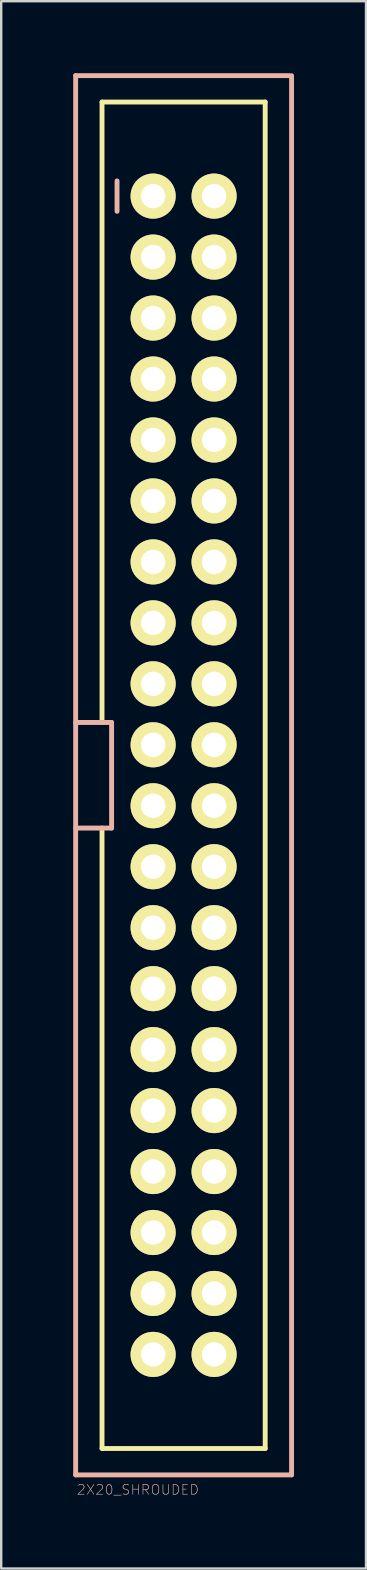
<source format=kicad_pcb>
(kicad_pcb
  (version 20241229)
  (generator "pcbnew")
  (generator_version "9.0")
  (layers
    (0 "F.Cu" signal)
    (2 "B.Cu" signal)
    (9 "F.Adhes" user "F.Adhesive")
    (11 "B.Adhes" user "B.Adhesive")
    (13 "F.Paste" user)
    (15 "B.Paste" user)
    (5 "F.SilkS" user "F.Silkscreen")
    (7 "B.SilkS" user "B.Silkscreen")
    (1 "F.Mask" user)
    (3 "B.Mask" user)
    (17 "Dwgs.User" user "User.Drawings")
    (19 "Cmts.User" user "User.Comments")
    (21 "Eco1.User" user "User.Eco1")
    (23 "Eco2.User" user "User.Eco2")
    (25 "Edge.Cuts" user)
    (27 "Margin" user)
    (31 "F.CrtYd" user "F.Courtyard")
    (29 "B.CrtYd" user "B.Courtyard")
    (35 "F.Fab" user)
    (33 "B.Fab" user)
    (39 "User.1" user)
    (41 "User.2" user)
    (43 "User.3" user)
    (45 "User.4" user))
  (footprint "2X20_SHROUDED"
    (layer "F.Cu")
    (at 4.6 29.251)
    (property "Reference" "2X20_SHROUDED" (at -1.905 29.769 0) (layer "B.SilkS") (effects (font (size 0.406 0.406) (thickness 0.025))))
    (attr exclude_from_pos_files exclude_from_bom)
    (fp_line (start -3.399 -28.049) (end -3.399 -2.2) (stroke (width 0.203) (type solid)) (layer "F.SilkS"))
    (fp_line (start -3.399 -28.049) (end 3.399 -28.049) (stroke (width 0.203) (type solid)) (layer "F.SilkS"))
    (fp_line (start -3.399 28.049) (end -3.399 2.2) (stroke (width 0.203) (type solid)) (layer "F.SilkS"))
    (fp_line (start -3.399 28.049) (end 3.399 28.049) (stroke (width 0.203) (type solid)) (layer "F.SilkS"))
    (fp_line (start -1.524 -24.384) (end -1.016 -24.384) (stroke (width 0.066) (type solid)) (layer "F.SilkS"))
    (fp_line (start -1.524 -23.876) (end -1.524 -24.384) (stroke (width 0.066) (type solid)) (layer "F.SilkS"))
    (fp_line (start -1.524 -23.876) (end -1.016 -23.876) (stroke (width 0.066) (type solid)) (layer "F.SilkS"))
    (fp_line (start -1.524 -21.844) (end -1.016 -21.844) (stroke (width 0.066) (type solid)) (layer "F.SilkS"))
    (fp_line (start -1.524 -21.336) (end -1.524 -21.844) (stroke (width 0.066) (type solid)) (layer "F.SilkS"))
    (fp_line (start -1.524 -21.336) (end -1.016 -21.336) (stroke (width 0.066) (type solid)) (layer "F.SilkS"))
    (fp_line (start -1.524 -19.304) (end -1.016 -19.304) (stroke (width 0.066) (type solid)) (layer "F.SilkS"))
    (fp_line (start -1.524 -18.796) (end -1.524 -19.304) (stroke (width 0.066) (type solid)) (layer "F.SilkS"))
    (fp_line (start -1.524 -18.796) (end -1.016 -18.796) (stroke (width 0.066) (type solid)) (layer "F.SilkS"))
    (fp_line (start -1.524 -16.764) (end -1.016 -16.764) (stroke (width 0.066) (type solid)) (layer "F.SilkS"))
    (fp_line (start -1.524 -16.764) (end -1.016 -16.764) (stroke (width 0.066) (type solid)) (layer "F.SilkS"))
    (fp_line (start -1.524 -16.256) (end -1.524 -16.764) (stroke (width 0.066) (type solid)) (layer "F.SilkS"))
    (fp_line (start -1.524 -16.256) (end -1.524 -16.764) (stroke (width 0.066) (type solid)) (layer "F.SilkS"))
    (fp_line (start -1.524 -16.256) (end -1.016 -16.256) (stroke (width 0.066) (type solid)) (layer "F.SilkS"))
    (fp_line (start -1.524 -16.256) (end -1.016 -16.256) (stroke (width 0.066) (type solid)) (layer "F.SilkS"))
    (fp_line (start -1.524 -14.224) (end -1.016 -14.224) (stroke (width 0.066) (type solid)) (layer "F.SilkS"))
    (fp_line (start -1.524 -13.716) (end -1.524 -14.224) (stroke (width 0.066) (type solid)) (layer "F.SilkS"))
    (fp_line (start -1.524 -13.716) (end -1.016 -13.716) (stroke (width 0.066) (type solid)) (layer "F.SilkS"))
    (fp_line (start -1.524 -11.684) (end -1.016 -11.684) (stroke (width 0.066) (type solid)) (layer "F.SilkS"))
    (fp_line (start -1.524 -11.176) (end -1.524 -11.684) (stroke (width 0.066) (type solid)) (layer "F.SilkS"))
    (fp_line (start -1.524 -11.176) (end -1.016 -11.176) (stroke (width 0.066) (type solid)) (layer "F.SilkS"))
    (fp_line (start -1.524 -9.144) (end -1.016 -9.144) (stroke (width 0.066) (type solid)) (layer "F.SilkS"))
    (fp_line (start -1.524 -8.636) (end -1.524 -9.144) (stroke (width 0.066) (type solid)) (layer "F.SilkS"))
    (fp_line (start -1.524 -8.636) (end -1.016 -8.636) (stroke (width 0.066) (type solid)) (layer "F.SilkS"))
    (fp_line (start -1.524 -6.604) (end -1.016 -6.604) (stroke (width 0.066) (type solid)) (layer "F.SilkS"))
    (fp_line (start -1.524 -6.096) (end -1.524 -6.604) (stroke (width 0.066) (type solid)) (layer "F.SilkS"))
    (fp_line (start -1.524 -6.096) (end -1.016 -6.096) (stroke (width 0.066) (type solid)) (layer "F.SilkS"))
    (fp_line (start -1.524 -4.064) (end -1.016 -4.064) (stroke (width 0.066) (type solid)) (layer "F.SilkS"))
    (fp_line (start -1.524 -4.064) (end -1.016 -4.064) (stroke (width 0.066) (type solid)) (layer "F.SilkS"))
    (fp_line (start -1.524 -3.556) (end -1.524 -4.064) (stroke (width 0.066) (type solid)) (layer "F.SilkS"))
    (fp_line (start -1.524 -3.556) (end -1.524 -4.064) (stroke (width 0.066) (type solid)) (layer "F.SilkS"))
    (fp_line (start -1.524 -3.556) (end -1.016 -3.556) (stroke (width 0.066) (type solid)) (layer "F.SilkS"))
    (fp_line (start -1.524 -3.556) (end -1.016 -3.556) (stroke (width 0.066) (type solid)) (layer "F.SilkS"))
    (fp_line (start -1.524 -1.524) (end -1.016 -1.524) (stroke (width 0.066) (type solid)) (layer "F.SilkS"))
    (fp_line (start -1.524 -1.016) (end -1.524 -1.524) (stroke (width 0.066) (type solid)) (layer "F.SilkS"))
    (fp_line (start -1.524 -1.016) (end -1.016 -1.016) (stroke (width 0.066) (type solid)) (layer "F.SilkS"))
    (fp_line (start -1.524 1.016) (end -1.016 1.016) (stroke (width 0.066) (type solid)) (layer "F.SilkS"))
    (fp_line (start -1.524 1.524) (end -1.524 1.016) (stroke (width 0.066) (type solid)) (layer "F.SilkS"))
    (fp_line (start -1.524 1.524) (end -1.016 1.524) (stroke (width 0.066) (type solid)) (layer "F.SilkS"))
    (fp_line (start -1.524 3.556) (end -1.016 3.556) (stroke (width 0.066) (type solid)) (layer "F.SilkS"))
    (fp_line (start -1.524 3.556) (end -1.016 3.556) (stroke (width 0.066) (type solid)) (layer "F.SilkS"))
    (fp_line (start -1.524 4.064) (end -1.524 3.556) (stroke (width 0.066) (type solid)) (layer "F.SilkS"))
    (fp_line (start -1.524 4.064) (end -1.524 3.556) (stroke (width 0.066) (type solid)) (layer "F.SilkS"))
    (fp_line (start -1.524 4.064) (end -1.016 4.064) (stroke (width 0.066) (type solid)) (layer "F.SilkS"))
    (fp_line (start -1.524 4.064) (end -1.016 4.064) (stroke (width 0.066) (type solid)) (layer "F.SilkS"))
    (fp_line (start -1.524 6.096) (end -1.016 6.096) (stroke (width 0.066) (type solid)) (layer "F.SilkS"))
    (fp_line (start -1.524 6.604) (end -1.524 6.096) (stroke (width 0.066) (type solid)) (layer "F.SilkS"))
    (fp_line (start -1.524 6.604) (end -1.016 6.604) (stroke (width 0.066) (type solid)) (layer "F.SilkS"))
    (fp_line (start -1.524 8.636) (end -1.016 8.636) (stroke (width 0.066) (type solid)) (layer "F.SilkS"))
    (fp_line (start -1.524 9.144) (end -1.524 8.636) (stroke (width 0.066) (type solid)) (layer "F.SilkS"))
    (fp_line (start -1.524 9.144) (end -1.016 9.144) (stroke (width 0.066) (type solid)) (layer "F.SilkS"))
    (fp_line (start -1.524 11.176) (end -1.016 11.176) (stroke (width 0.066) (type solid)) (layer "F.SilkS"))
    (fp_line (start -1.524 11.684) (end -1.524 11.176) (stroke (width 0.066) (type solid)) (layer "F.SilkS"))
    (fp_line (start -1.524 11.684) (end -1.016 11.684) (stroke (width 0.066) (type solid)) (layer "F.SilkS"))
    (fp_line (start -1.524 13.716) (end -1.016 13.716) (stroke (width 0.066) (type solid)) (layer "F.SilkS"))
    (fp_line (start -1.524 14.224) (end -1.524 13.716) (stroke (width 0.066) (type solid)) (layer "F.SilkS"))
    (fp_line (start -1.524 14.224) (end -1.016 14.224) (stroke (width 0.066) (type solid)) (layer "F.SilkS"))
    (fp_line (start -1.524 16.256) (end -1.016 16.256) (stroke (width 0.066) (type solid)) (layer "F.SilkS"))
    (fp_line (start -1.524 16.764) (end -1.524 16.256) (stroke (width 0.066) (type solid)) (layer "F.SilkS"))
    (fp_line (start -1.524 16.764) (end -1.016 16.764) (stroke (width 0.066) (type solid)) (layer "F.SilkS"))
    (fp_line (start -1.524 18.796) (end -1.016 18.796) (stroke (width 0.066) (type solid)) (layer "F.SilkS"))
    (fp_line (start -1.524 19.304) (end -1.524 18.796) (stroke (width 0.066) (type solid)) (layer "F.SilkS"))
    (fp_line (start -1.524 19.304) (end -1.016 19.304) (stroke (width 0.066) (type solid)) (layer "F.SilkS"))
    (fp_line (start -1.524 21.336) (end -1.016 21.336) (stroke (width 0.066) (type solid)) (layer "F.SilkS"))
    (fp_line (start -1.524 21.844) (end -1.524 21.336) (stroke (width 0.066) (type solid)) (layer "F.SilkS"))
    (fp_line (start -1.524 21.844) (end -1.016 21.844) (stroke (width 0.066) (type solid)) (layer "F.SilkS"))
    (fp_line (start -1.524 23.876) (end -1.016 23.876) (stroke (width 0.066) (type solid)) (layer "F.SilkS"))
    (fp_line (start -1.524 24.384) (end -1.524 23.876) (stroke (width 0.066) (type solid)) (layer "F.SilkS"))
    (fp_line (start -1.524 24.384) (end -1.016 24.384) (stroke (width 0.066) (type solid)) (layer "F.SilkS"))
    (fp_line (start -1.016 -23.876) (end -1.016 -24.384) (stroke (width 0.066) (type solid)) (layer "F.SilkS"))
    (fp_line (start -1.016 -21.336) (end -1.016 -21.844) (stroke (width 0.066) (type solid)) (layer "F.SilkS"))
    (fp_line (start -1.016 -18.796) (end -1.016 -19.304) (stroke (width 0.066) (type solid)) (layer "F.SilkS"))
    (fp_line (start -1.016 -16.256) (end -1.016 -16.764) (stroke (width 0.066) (type solid)) (layer "F.SilkS"))
    (fp_line (start -1.016 -16.256) (end -1.016 -16.764) (stroke (width 0.066) (type solid)) (layer "F.SilkS"))
    (fp_line (start -1.016 -13.716) (end -1.016 -14.224) (stroke (width 0.066) (type solid)) (layer "F.SilkS"))
    (fp_line (start -1.016 -11.176) (end -1.016 -11.684) (stroke (width 0.066) (type solid)) (layer "F.SilkS"))
    (fp_line (start -1.016 -8.636) (end -1.016 -9.144) (stroke (width 0.066) (type solid)) (layer "F.SilkS"))
    (fp_line (start -1.016 -6.096) (end -1.016 -6.604) (stroke (width 0.066) (type solid)) (layer "F.SilkS"))
    (fp_line (start -1.016 -3.556) (end -1.016 -4.064) (stroke (width 0.066) (type solid)) (layer "F.SilkS"))
    (fp_line (start -1.016 -3.556) (end -1.016 -4.064) (stroke (width 0.066) (type solid)) (layer "F.SilkS"))
    (fp_line (start -1.016 -1.016) (end -1.016 -1.524) (stroke (width 0.066) (type solid)) (layer "F.SilkS"))
    (fp_line (start -1.016 1.524) (end -1.016 1.016) (stroke (width 0.066) (type solid)) (layer "F.SilkS"))
    (fp_line (start -1.016 4.064) (end -1.016 3.556) (stroke (width 0.066) (type solid)) (layer "F.SilkS"))
    (fp_line (start -1.016 4.064) (end -1.016 3.556) (stroke (width 0.066) (type solid)) (layer "F.SilkS"))
    (fp_line (start -1.016 6.604) (end -1.016 6.096) (stroke (width 0.066) (type solid)) (layer "F.SilkS"))
    (fp_line (start -1.016 9.144) (end -1.016 8.636) (stroke (width 0.066) (type solid)) (layer "F.SilkS"))
    (fp_line (start -1.016 11.684) (end -1.016 11.176) (stroke (width 0.066) (type solid)) (layer "F.SilkS"))
    (fp_line (start -1.016 14.224) (end -1.016 13.716) (stroke (width 0.066) (type solid)) (layer "F.SilkS"))
    (fp_line (start -1.016 16.764) (end -1.016 16.256) (stroke (width 0.066) (type solid)) (layer "F.SilkS"))
    (fp_line (start -1.016 19.304) (end -1.016 18.796) (stroke (width 0.066) (type solid)) (layer "F.SilkS"))
    (fp_line (start -1.016 21.844) (end -1.016 21.336) (stroke (width 0.066) (type solid)) (layer "F.SilkS"))
    (fp_line (start -1.016 24.384) (end -1.016 23.876) (stroke (width 0.066) (type solid)) (layer "F.SilkS"))
    (fp_line (start 1.016 -24.384) (end 1.524 -24.384) (stroke (width 0.066) (type solid)) (layer "F.SilkS"))
    (fp_line (start 1.016 -23.876) (end 1.016 -24.384) (stroke (width 0.066) (type solid)) (layer "F.SilkS"))
    (fp_line (start 1.016 -23.876) (end 1.524 -23.876) (stroke (width 0.066) (type solid)) (layer "F.SilkS"))
    (fp_line (start 1.016 -21.844) (end 1.524 -21.844) (stroke (width 0.066) (type solid)) (layer "F.SilkS"))
    (fp_line (start 1.016 -21.336) (end 1.016 -21.844) (stroke (width 0.066) (type solid)) (layer "F.SilkS"))
    (fp_line (start 1.016 -21.336) (end 1.524 -21.336) (stroke (width 0.066) (type solid)) (layer "F.SilkS"))
    (fp_line (start 1.016 -19.304) (end 1.524 -19.304) (stroke (width 0.066) (type solid)) (layer "F.SilkS"))
    (fp_line (start 1.016 -18.796) (end 1.016 -19.304) (stroke (width 0.066) (type solid)) (layer "F.SilkS"))
    (fp_line (start 1.016 -18.796) (end 1.524 -18.796) (stroke (width 0.066) (type solid)) (layer "F.SilkS"))
    (fp_line (start 1.016 -16.764) (end 1.524 -16.764) (stroke (width 0.066) (type solid)) (layer "F.SilkS"))
    (fp_line (start 1.016 -16.764) (end 1.524 -16.764) (stroke (width 0.066) (type solid)) (layer "F.SilkS"))
    (fp_line (start 1.016 -16.256) (end 1.016 -16.764) (stroke (width 0.066) (type solid)) (layer "F.SilkS"))
    (fp_line (start 1.016 -16.256) (end 1.016 -16.764) (stroke (width 0.066) (type solid)) (layer "F.SilkS"))
    (fp_line (start 1.016 -16.256) (end 1.524 -16.256) (stroke (width 0.066) (type solid)) (layer "F.SilkS"))
    (fp_line (start 1.016 -16.256) (end 1.524 -16.256) (stroke (width 0.066) (type solid)) (layer "F.SilkS"))
    (fp_line (start 1.016 -14.224) (end 1.524 -14.224) (stroke (width 0.066) (type solid)) (layer "F.SilkS"))
    (fp_line (start 1.016 -13.716) (end 1.016 -14.224) (stroke (width 0.066) (type solid)) (layer "F.SilkS"))
    (fp_line (start 1.016 -13.716) (end 1.524 -13.716) (stroke (width 0.066) (type solid)) (layer "F.SilkS"))
    (fp_line (start 1.016 -11.684) (end 1.524 -11.684) (stroke (width 0.066) (type solid)) (layer "F.SilkS"))
    (fp_line (start 1.016 -11.176) (end 1.016 -11.684) (stroke (width 0.066) (type solid)) (layer "F.SilkS"))
    (fp_line (start 1.016 -11.176) (end 1.524 -11.176) (stroke (width 0.066) (type solid)) (layer "F.SilkS"))
    (fp_line (start 1.016 -9.144) (end 1.524 -9.144) (stroke (width 0.066) (type solid)) (layer "F.SilkS"))
    (fp_line (start 1.016 -8.636) (end 1.016 -9.144) (stroke (width 0.066) (type solid)) (layer "F.SilkS"))
    (fp_line (start 1.016 -8.636) (end 1.524 -8.636) (stroke (width 0.066) (type solid)) (layer "F.SilkS"))
    (fp_line (start 1.016 -6.604) (end 1.524 -6.604) (stroke (width 0.066) (type solid)) (layer "F.SilkS"))
    (fp_line (start 1.016 -6.096) (end 1.016 -6.604) (stroke (width 0.066) (type solid)) (layer "F.SilkS"))
    (fp_line (start 1.016 -6.096) (end 1.524 -6.096) (stroke (width 0.066) (type solid)) (layer "F.SilkS"))
    (fp_line (start 1.016 -4.064) (end 1.524 -4.064) (stroke (width 0.066) (type solid)) (layer "F.SilkS"))
    (fp_line (start 1.016 -4.064) (end 1.524 -4.064) (stroke (width 0.066) (type solid)) (layer "F.SilkS"))
    (fp_line (start 1.016 -3.556) (end 1.016 -4.064) (stroke (width 0.066) (type solid)) (layer "F.SilkS"))
    (fp_line (start 1.016 -3.556) (end 1.016 -4.064) (stroke (width 0.066) (type solid)) (layer "F.SilkS"))
    (fp_line (start 1.016 -3.556) (end 1.524 -3.556) (stroke (width 0.066) (type solid)) (layer "F.SilkS"))
    (fp_line (start 1.016 -3.556) (end 1.524 -3.556) (stroke (width 0.066) (type solid)) (layer "F.SilkS"))
    (fp_line (start 1.016 -1.524) (end 1.524 -1.524) (stroke (width 0.066) (type solid)) (layer "F.SilkS"))
    (fp_line (start 1.016 -1.016) (end 1.016 -1.524) (stroke (width 0.066) (type solid)) (layer "F.SilkS"))
    (fp_line (start 1.016 -1.016) (end 1.524 -1.016) (stroke (width 0.066) (type solid)) (layer "F.SilkS"))
    (fp_line (start 1.016 1.016) (end 1.524 1.016) (stroke (width 0.066) (type solid)) (layer "F.SilkS"))
    (fp_line (start 1.016 1.524) (end 1.016 1.016) (stroke (width 0.066) (type solid)) (layer "F.SilkS"))
    (fp_line (start 1.016 1.524) (end 1.524 1.524) (stroke (width 0.066) (type solid)) (layer "F.SilkS"))
    (fp_line (start 1.016 3.556) (end 1.524 3.556) (stroke (width 0.066) (type solid)) (layer "F.SilkS"))
    (fp_line (start 1.016 3.556) (end 1.524 3.556) (stroke (width 0.066) (type solid)) (layer "F.SilkS"))
    (fp_line (start 1.016 4.064) (end 1.016 3.556) (stroke (width 0.066) (type solid)) (layer "F.SilkS"))
    (fp_line (start 1.016 4.064) (end 1.016 3.556) (stroke (width 0.066) (type solid)) (layer "F.SilkS"))
    (fp_line (start 1.016 4.064) (end 1.524 4.064) (stroke (width 0.066) (type solid)) (layer "F.SilkS"))
    (fp_line (start 1.016 4.064) (end 1.524 4.064) (stroke (width 0.066) (type solid)) (layer "F.SilkS"))
    (fp_line (start 1.016 6.096) (end 1.524 6.096) (stroke (width 0.066) (type solid)) (layer "F.SilkS"))
    (fp_line (start 1.016 6.604) (end 1.016 6.096) (stroke (width 0.066) (type solid)) (layer "F.SilkS"))
    (fp_line (start 1.016 6.604) (end 1.524 6.604) (stroke (width 0.066) (type solid)) (layer "F.SilkS"))
    (fp_line (start 1.016 8.636) (end 1.524 8.636) (stroke (width 0.066) (type solid)) (layer "F.SilkS"))
    (fp_line (start 1.016 9.144) (end 1.016 8.636) (stroke (width 0.066) (type solid)) (layer "F.SilkS"))
    (fp_line (start 1.016 9.144) (end 1.524 9.144) (stroke (width 0.066) (type solid)) (layer "F.SilkS"))
    (fp_line (start 1.016 11.176) (end 1.524 11.176) (stroke (width 0.066) (type solid)) (layer "F.SilkS"))
    (fp_line (start 1.016 11.684) (end 1.016 11.176) (stroke (width 0.066) (type solid)) (layer "F.SilkS"))
    (fp_line (start 1.016 11.684) (end 1.524 11.684) (stroke (width 0.066) (type solid)) (layer "F.SilkS"))
    (fp_line (start 1.016 13.716) (end 1.524 13.716) (stroke (width 0.066) (type solid)) (layer "F.SilkS"))
    (fp_line (start 1.016 14.224) (end 1.016 13.716) (stroke (width 0.066) (type solid)) (layer "F.SilkS"))
    (fp_line (start 1.016 14.224) (end 1.524 14.224) (stroke (width 0.066) (type solid)) (layer "F.SilkS"))
    (fp_line (start 1.016 16.256) (end 1.524 16.256) (stroke (width 0.066) (type solid)) (layer "F.SilkS"))
    (fp_line (start 1.016 16.764) (end 1.016 16.256) (stroke (width 0.066) (type solid)) (layer "F.SilkS"))
    (fp_line (start 1.016 16.764) (end 1.524 16.764) (stroke (width 0.066) (type solid)) (layer "F.SilkS"))
    (fp_line (start 1.016 18.796) (end 1.524 18.796) (stroke (width 0.066) (type solid)) (layer "F.SilkS"))
    (fp_line (start 1.016 19.304) (end 1.016 18.796) (stroke (width 0.066) (type solid)) (layer "F.SilkS"))
    (fp_line (start 1.016 19.304) (end 1.524 19.304) (stroke (width 0.066) (type solid)) (layer "F.SilkS"))
    (fp_line (start 1.016 21.336) (end 1.524 21.336) (stroke (width 0.066) (type solid)) (layer "F.SilkS"))
    (fp_line (start 1.016 21.844) (end 1.016 21.336) (stroke (width 0.066) (type solid)) (layer "F.SilkS"))
    (fp_line (start 1.016 21.844) (end 1.524 21.844) (stroke (width 0.066) (type solid)) (layer "F.SilkS"))
    (fp_line (start 1.016 23.876) (end 1.524 23.876) (stroke (width 0.066) (type solid)) (layer "F.SilkS"))
    (fp_line (start 1.016 24.384) (end 1.016 23.876) (stroke (width 0.066) (type solid)) (layer "F.SilkS"))
    (fp_line (start 1.016 24.384) (end 1.524 24.384) (stroke (width 0.066) (type solid)) (layer "F.SilkS"))
    (fp_line (start 1.524 -23.876) (end 1.524 -24.384) (stroke (width 0.066) (type solid)) (layer "F.SilkS"))
    (fp_line (start 1.524 -21.336) (end 1.524 -21.844) (stroke (width 0.066) (type solid)) (layer "F.SilkS"))
    (fp_line (start 1.524 -18.796) (end 1.524 -19.304) (stroke (width 0.066) (type solid)) (layer "F.SilkS"))
    (fp_line (start 1.524 -16.256) (end 1.524 -16.764) (stroke (width 0.066) (type solid)) (layer "F.SilkS"))
    (fp_line (start 1.524 -16.256) (end 1.524 -16.764) (stroke (width 0.066) (type solid)) (layer "F.SilkS"))
    (fp_line (start 1.524 -13.716) (end 1.524 -14.224) (stroke (width 0.066) (type solid)) (layer "F.SilkS"))
    (fp_line (start 1.524 -11.176) (end 1.524 -11.684) (stroke (width 0.066) (type solid)) (layer "F.SilkS"))
    (fp_line (start 1.524 -8.636) (end 1.524 -9.144) (stroke (width 0.066) (type solid)) (layer "F.SilkS"))
    (fp_line (start 1.524 -6.096) (end 1.524 -6.604) (stroke (width 0.066) (type solid)) (layer "F.SilkS"))
    (fp_line (start 1.524 -3.556) (end 1.524 -4.064) (stroke (width 0.066) (type solid)) (layer "F.SilkS"))
    (fp_line (start 1.524 -3.556) (end 1.524 -4.064) (stroke (width 0.066) (type solid)) (layer "F.SilkS"))
    (fp_line (start 1.524 -1.016) (end 1.524 -1.524) (stroke (width 0.066) (type solid)) (layer "F.SilkS"))
    (fp_line (start 1.524 1.524) (end 1.524 1.016) (stroke (width 0.066) (type solid)) (layer "F.SilkS"))
    (fp_line (start 1.524 4.064) (end 1.524 3.556) (stroke (width 0.066) (type solid)) (layer "F.SilkS"))
    (fp_line (start 1.524 4.064) (end 1.524 3.556) (stroke (width 0.066) (type solid)) (layer "F.SilkS"))
    (fp_line (start 1.524 6.604) (end 1.524 6.096) (stroke (width 0.066) (type solid)) (layer "F.SilkS"))
    (fp_line (start 1.524 9.144) (end 1.524 8.636) (stroke (width 0.066) (type solid)) (layer "F.SilkS"))
    (fp_line (start 1.524 11.684) (end 1.524 11.176) (stroke (width 0.066) (type solid)) (layer "F.SilkS"))
    (fp_line (start 1.524 14.224) (end 1.524 13.716) (stroke (width 0.066) (type solid)) (layer "F.SilkS"))
    (fp_line (start 1.524 16.764) (end 1.524 16.256) (stroke (width 0.066) (type solid)) (layer "F.SilkS"))
    (fp_line (start 1.524 19.304) (end 1.524 18.796) (stroke (width 0.066) (type solid)) (layer "F.SilkS"))
    (fp_line (start 1.524 21.844) (end 1.524 21.336) (stroke (width 0.066) (type solid)) (layer "F.SilkS"))
    (fp_line (start 1.524 24.384) (end 1.524 23.876) (stroke (width 0.066) (type solid)) (layer "F.SilkS"))
    (fp_line (start 3.399 -28.049) (end 3.399 28.049) (stroke (width 0.203) (type solid)) (layer "F.SilkS"))
    (fp_line (start -4.498 -29.149) (end 4.399 -29.149) (stroke (width 0.203) (type solid)) (layer "B.SilkS"))
    (fp_line (start -4.498 -2.2) (end -3 -2.2) (stroke (width 0.203) (type solid)) (layer "B.SilkS"))
    (fp_line (start -4.498 29.149) (end -4.498 -29.149) (stroke (width 0.203) (type solid)) (layer "B.SilkS"))
    (fp_line (start -3 -2.2) (end -3 2.2) (stroke (width 0.203) (type solid)) (layer "B.SilkS"))
    (fp_line (start -3 2.2) (end -4.498 2.2) (stroke (width 0.203) (type solid)) (layer "B.SilkS"))
    (fp_line (start -2.774 -24.765) (end -2.774 -23.495) (stroke (width 0.203) (type solid)) (layer "B.SilkS"))
    (fp_line (start 4.498 -29.149) (end 4.498 29.149) (stroke (width 0.203) (type solid)) (layer "B.SilkS"))
    (fp_line (start 4.498 29.149) (end -4.498 29.149) (stroke (width 0.203) (type solid)) (layer "B.SilkS"))
    (pad "1" thru_hole circle (at -1.27 -24.13) (size 1.88 1.88) (drill 1.016) (layers "*.Cu" "F.Mask" "F.SilkS" "F.Paste"))
    (pad "2" thru_hole circle (at 1.27 -24.13) (size 1.88 1.88) (drill 1.016) (layers "*.Cu" "F.Mask" "F.SilkS" "F.Paste"))
    (pad "3" thru_hole circle (at -1.27 -21.59) (size 1.88 1.88) (drill 1.016) (layers "*.Cu" "F.Mask" "F.SilkS" "F.Paste"))
    (pad "4" thru_hole circle (at 1.27 -21.59) (size 1.88 1.88) (drill 1.016) (layers "*.Cu" "F.Mask" "F.SilkS" "F.Paste"))
    (pad "5" thru_hole circle (at -1.27 -19.05) (size 1.88 1.88) (drill 1.016) (layers "*.Cu" "F.Mask" "F.SilkS" "F.Paste"))
    (pad "6" thru_hole circle (at 1.27 -19.05) (size 1.88 1.88) (drill 1.016) (layers "*.Cu" "F.Mask" "F.SilkS" "F.Paste"))
    (pad "7" thru_hole circle (at -1.27 -16.51) (size 1.88 1.88) (drill 1.016) (layers "*.Cu" "F.Mask" "F.SilkS" "F.Paste"))
    (pad "8" thru_hole circle (at 1.27 -16.51) (size 1.88 1.88) (drill 1.016) (layers "*.Cu" "F.Mask" "F.SilkS" "F.Paste"))
    (pad "9" thru_hole circle (at -1.27 -13.97) (size 1.88 1.88) (drill 1.016) (layers "*.Cu" "F.Mask" "F.SilkS" "F.Paste"))
    (pad "10" thru_hole circle (at 1.27 -13.97) (size 1.88 1.88) (drill 1.016) (layers "*.Cu" "F.Mask" "F.SilkS" "F.Paste"))
    (pad "11" thru_hole circle (at -1.27 -11.43) (size 1.88 1.88) (drill 1.016) (layers "*.Cu" "F.Mask" "F.SilkS" "F.Paste"))
    (pad "12" thru_hole circle (at 1.27 -11.43) (size 1.88 1.88) (drill 1.016) (layers "*.Cu" "F.Mask" "F.SilkS" "F.Paste"))
    (pad "13" thru_hole circle (at -1.27 -8.89) (size 1.88 1.88) (drill 1.016) (layers "*.Cu" "F.Mask" "F.SilkS" "F.Paste"))
    (pad "14" thru_hole circle (at 1.27 -8.89) (size 1.88 1.88) (drill 1.016) (layers "*.Cu" "F.Mask" "F.SilkS" "F.Paste"))
    (pad "15" thru_hole circle (at -1.27 -6.35) (size 1.88 1.88) (drill 1.016) (layers "*.Cu" "F.Mask" "F.SilkS" "F.Paste"))
    (pad "16" thru_hole circle (at 1.27 -6.35) (size 1.88 1.88) (drill 1.016) (layers "*.Cu" "F.Mask" "F.SilkS" "F.Paste"))
    (pad "17" thru_hole circle (at -1.27 -3.81) (size 1.88 1.88) (drill 1.016) (layers "*.Cu" "F.Mask" "F.SilkS" "F.Paste"))
    (pad "18" thru_hole circle (at 1.27 -3.81) (size 1.88 1.88) (drill 1.016) (layers "*.Cu" "F.Mask" "F.SilkS" "F.Paste"))
    (pad "19" thru_hole circle (at -1.27 -1.27) (size 1.88 1.88) (drill 1.016) (layers "*.Cu" "F.Mask" "F.SilkS" "F.Paste"))
    (pad "20" thru_hole circle (at 1.27 -1.27) (size 1.88 1.88) (drill 1.016) (layers "*.Cu" "F.Mask" "F.SilkS" "F.Paste"))
    (pad "21" thru_hole circle (at -1.27 1.27) (size 1.88 1.88) (drill 1.016) (layers "*.Cu" "F.Mask" "F.SilkS" "F.Paste"))
    (pad "22" thru_hole circle (at 1.27 1.27) (size 1.88 1.88) (drill 1.016) (layers "*.Cu" "F.Mask" "F.SilkS" "F.Paste"))
    (pad "23" thru_hole circle (at -1.27 3.81) (size 1.88 1.88) (drill 1.016) (layers "*.Cu" "F.Mask" "F.SilkS" "F.Paste"))
    (pad "24" thru_hole circle (at 1.27 3.81) (size 1.88 1.88) (drill 1.016) (layers "*.Cu" "F.Mask" "F.SilkS" "F.Paste"))
    (pad "25" thru_hole circle (at -1.27 6.35) (size 1.88 1.88) (drill 1.016) (layers "*.Cu" "F.Mask" "F.SilkS" "F.Paste"))
    (pad "26" thru_hole circle (at 1.27 6.35) (size 1.88 1.88) (drill 1.016) (layers "*.Cu" "F.Mask" "F.SilkS" "F.Paste"))
    (pad "27" thru_hole circle (at -1.27 8.89) (size 1.88 1.88) (drill 1.016) (layers "*.Cu" "F.Mask" "F.SilkS" "F.Paste"))
    (pad "28" thru_hole circle (at 1.27 8.89) (size 1.88 1.88) (drill 1.016) (layers "*.Cu" "F.Mask" "F.SilkS" "F.Paste"))
    (pad "29" thru_hole circle (at -1.27 11.43) (size 1.88 1.88) (drill 1.016) (layers "*.Cu" "F.Mask" "F.SilkS" "F.Paste"))
    (pad "30" thru_hole circle (at 1.27 11.43) (size 1.88 1.88) (drill 1.016) (layers "*.Cu" "F.Mask" "F.SilkS" "F.Paste"))
    (pad "31" thru_hole circle (at -1.27 13.97) (size 1.88 1.88) (drill 1.016) (layers "*.Cu" "F.Mask" "F.SilkS" "F.Paste"))
    (pad "32" thru_hole circle (at 1.27 13.97) (size 1.88 1.88) (drill 1.016) (layers "*.Cu" "F.Mask" "F.SilkS" "F.Paste"))
    (pad "33" thru_hole circle (at -1.27 16.51) (size 1.88 1.88) (drill 1.016) (layers "*.Cu" "F.Mask" "F.SilkS" "F.Paste"))
    (pad "34" thru_hole circle (at 1.27 16.51) (size 1.88 1.88) (drill 1.016) (layers "*.Cu" "F.Mask" "F.SilkS" "F.Paste"))
    (pad "35" thru_hole circle (at -1.27 19.05) (size 1.88 1.88) (drill 1.016) (layers "*.Cu" "F.Mask" "F.SilkS" "F.Paste"))
    (pad "36" thru_hole circle (at 1.27 19.05) (size 1.88 1.88) (drill 1.016) (layers "*.Cu" "F.Mask" "F.SilkS" "F.Paste"))
    (pad "37" thru_hole circle (at -1.27 21.59) (size 1.88 1.88) (drill 1.016) (layers "*.Cu" "F.Mask" "F.SilkS" "F.Paste"))
    (pad "38" thru_hole circle (at 1.27 21.59) (size 1.88 1.88) (drill 1.016) (layers "*.Cu" "F.Mask" "F.SilkS" "F.Paste"))
    (pad "39" thru_hole circle (at -1.27 24.13) (size 1.88 1.88) (drill 1.016) (layers "*.Cu" "F.Mask" "F.SilkS" "F.Paste"))
    (pad "40" thru_hole circle (at 1.27 24.13) (size 1.88 1.88) (drill 1.016) (layers "*.Cu" "F.Mask" "F.SilkS" "F.Paste")))
  (gr_rect
    (start -3 -3)
    (end 12.2 62.302)
    (stroke (width 0.1) (type default))
    (fill no)
    (layer "Edge.Cuts")))
</source>
